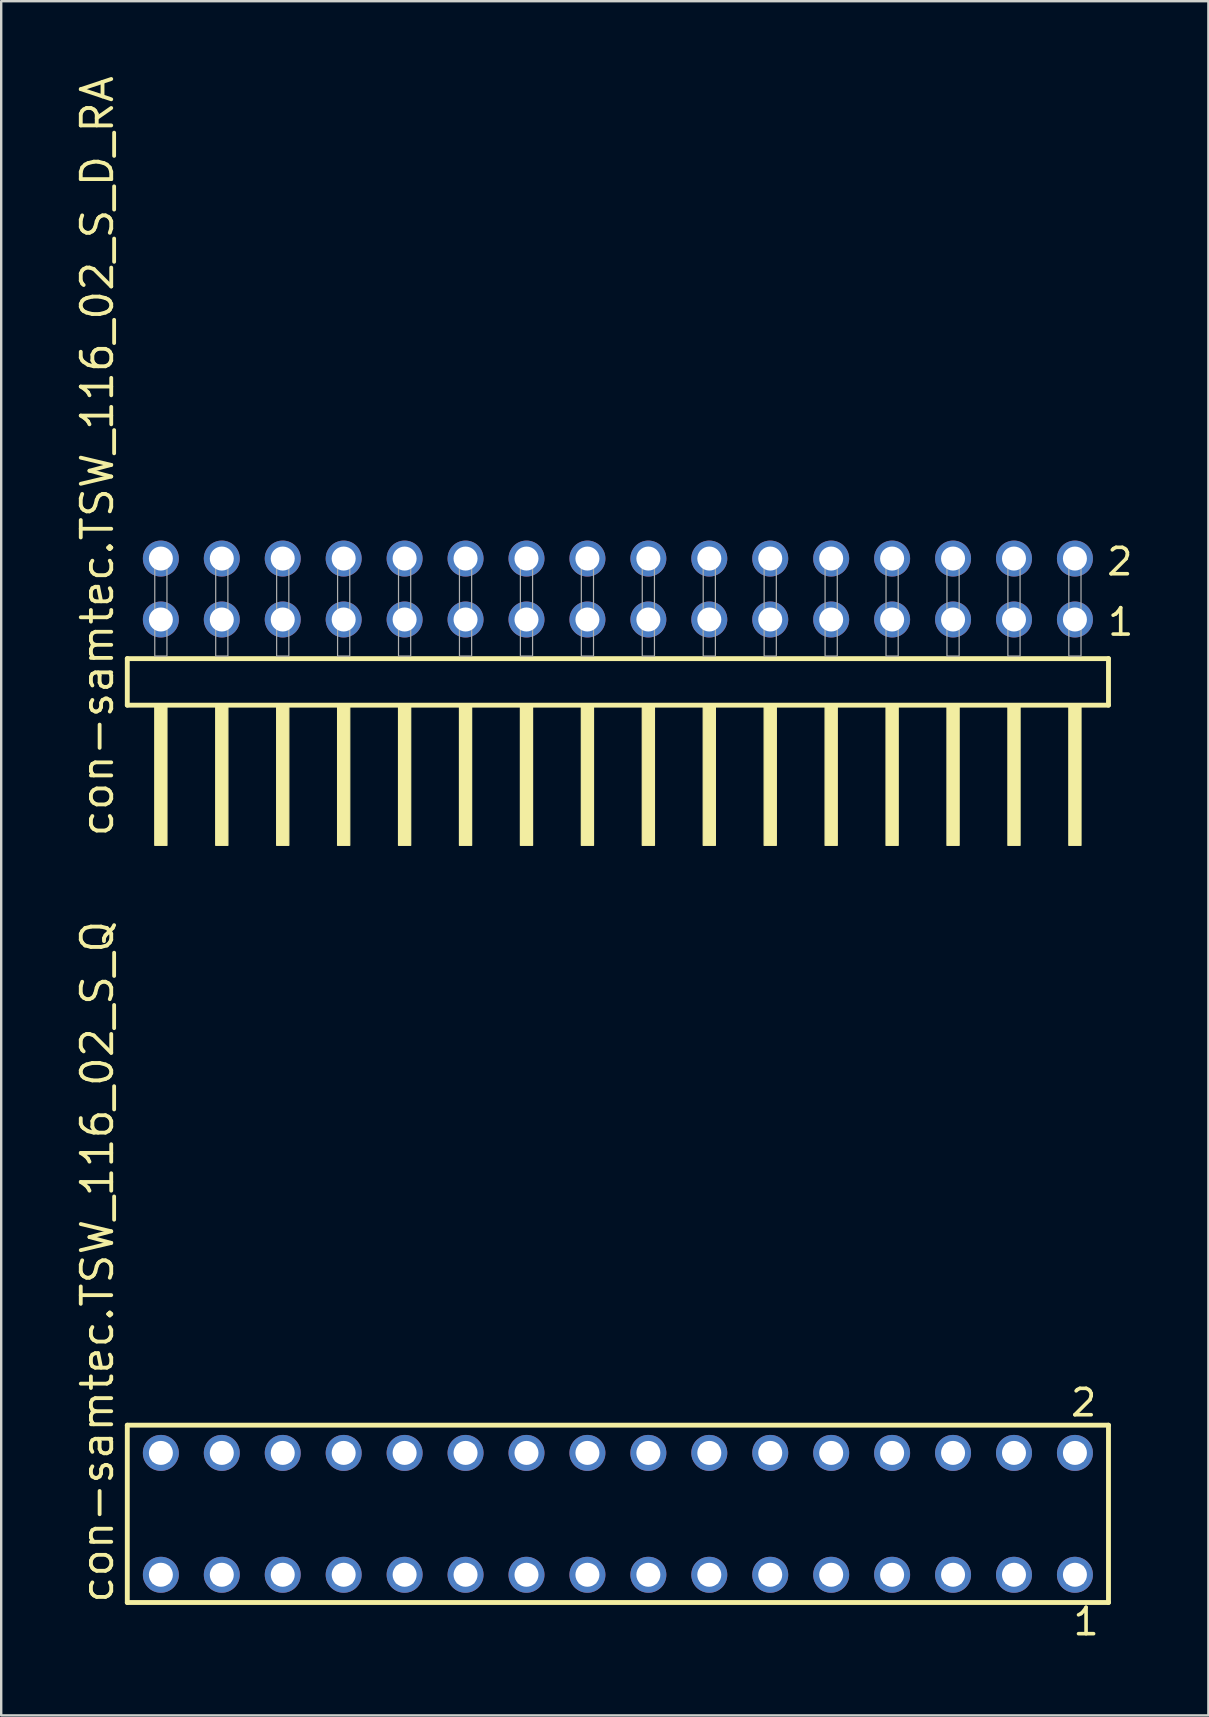
<source format=kicad_pcb>
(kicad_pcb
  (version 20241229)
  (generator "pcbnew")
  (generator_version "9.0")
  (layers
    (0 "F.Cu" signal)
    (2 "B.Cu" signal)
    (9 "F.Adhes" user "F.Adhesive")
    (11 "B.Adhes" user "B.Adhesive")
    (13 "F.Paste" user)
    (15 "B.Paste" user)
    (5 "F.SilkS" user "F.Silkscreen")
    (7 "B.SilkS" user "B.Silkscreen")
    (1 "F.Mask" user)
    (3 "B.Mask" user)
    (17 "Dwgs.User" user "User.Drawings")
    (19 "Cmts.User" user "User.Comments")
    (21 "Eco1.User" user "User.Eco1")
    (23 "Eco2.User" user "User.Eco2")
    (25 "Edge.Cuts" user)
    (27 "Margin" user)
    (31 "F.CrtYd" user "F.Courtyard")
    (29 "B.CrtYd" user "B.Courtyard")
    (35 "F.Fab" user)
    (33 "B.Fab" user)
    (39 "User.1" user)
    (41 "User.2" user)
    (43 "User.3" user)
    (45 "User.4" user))
  (footprint "con-samtec.TSW_116_02_S_D_RA"
    (layer "F.Cu")
    (at 22.705 24.296)
    (property "Reference" "con-samtec.TSW_116_02_S_D_RA" (at -20.955 7.62 90) (layer "F.SilkS") (effects (font (size 1.27 1.27) (thickness 0.16)) (justify left bottom)))
    (attr through_hole)
    (fp_line (start -20.449 0.106) (end -20.449 2.046) (stroke (width 0.203) (type default)) (layer "F.SilkS"))
    (fp_line (start -20.449 2.046) (end 20.449 2.046) (stroke (width 0.203) (type default)) (layer "F.SilkS"))
    (fp_line (start 20.449 0.106) (end -20.449 0.106) (stroke (width 0.203) (type default)) (layer "F.SilkS"))
    (fp_line (start 20.449 2.046) (end 20.449 0.106) (stroke (width 0.203) (type default)) (layer "F.SilkS"))
    (fp_rect (start -19.304 7.89) (end -18.796 2.04) (stroke (width 0.05) (type default)) (fill yes) (layer "F.SilkS"))
    (fp_rect (start -16.764 7.89) (end -16.256 2.04) (stroke (width 0.05) (type default)) (fill yes) (layer "F.SilkS"))
    (fp_rect (start -14.224 7.89) (end -13.716 2.04) (stroke (width 0.05) (type default)) (fill yes) (layer "F.SilkS"))
    (fp_rect (start -11.684 7.89) (end -11.176 2.04) (stroke (width 0.05) (type default)) (fill yes) (layer "F.SilkS"))
    (fp_rect (start -9.144 7.89) (end -8.636 2.04) (stroke (width 0.05) (type default)) (fill yes) (layer "F.SilkS"))
    (fp_rect (start -6.604 7.89) (end -6.096 2.04) (stroke (width 0.05) (type default)) (fill yes) (layer "F.SilkS"))
    (fp_rect (start -4.064 7.89) (end -3.556 2.04) (stroke (width 0.05) (type default)) (fill yes) (layer "F.SilkS"))
    (fp_rect (start -1.524 7.89) (end -1.016 2.04) (stroke (width 0.05) (type default)) (fill yes) (layer "F.SilkS"))
    (fp_rect (start 1.016 7.89) (end 1.524 2.04) (stroke (width 0.05) (type default)) (fill yes) (layer "F.SilkS"))
    (fp_rect (start 3.556 7.89) (end 4.064 2.04) (stroke (width 0.05) (type default)) (fill yes) (layer "F.SilkS"))
    (fp_rect (start 6.096 7.89) (end 6.604 2.04) (stroke (width 0.05) (type default)) (fill yes) (layer "F.SilkS"))
    (fp_rect (start 8.636 7.89) (end 9.144 2.04) (stroke (width 0.05) (type default)) (fill yes) (layer "F.SilkS"))
    (fp_rect (start 11.176 7.89) (end 11.684 2.04) (stroke (width 0.05) (type default)) (fill yes) (layer "F.SilkS"))
    (fp_rect (start 13.716 7.89) (end 14.224 2.04) (stroke (width 0.05) (type default)) (fill yes) (layer "F.SilkS"))
    (fp_rect (start 16.256 7.89) (end 16.764 2.04) (stroke (width 0.05) (type default)) (fill yes) (layer "F.SilkS"))
    (fp_rect (start 18.796 7.89) (end 19.304 2.04) (stroke (width 0.05) (type default)) (fill yes) (layer "F.SilkS"))
    (fp_rect (start -19.304 0) (end -18.796 -4.318) (stroke (width 0.05) (type default)) (fill no) (layer "F.Fab"))
    (fp_rect (start -16.764 0) (end -16.256 -4.318) (stroke (width 0.05) (type default)) (fill no) (layer "F.Fab"))
    (fp_rect (start -14.224 0) (end -13.716 -4.318) (stroke (width 0.05) (type default)) (fill no) (layer "F.Fab"))
    (fp_rect (start -11.684 0) (end -11.176 -4.318) (stroke (width 0.05) (type default)) (fill no) (layer "F.Fab"))
    (fp_rect (start -9.144 0) (end -8.636 -4.318) (stroke (width 0.05) (type default)) (fill no) (layer "F.Fab"))
    (fp_rect (start -6.604 0) (end -6.096 -4.318) (stroke (width 0.05) (type default)) (fill no) (layer "F.Fab"))
    (fp_rect (start -4.064 0) (end -3.556 -4.318) (stroke (width 0.05) (type default)) (fill no) (layer "F.Fab"))
    (fp_rect (start -1.524 0) (end -1.016 -4.318) (stroke (width 0.05) (type default)) (fill no) (layer "F.Fab"))
    (fp_rect (start 1.016 0) (end 1.524 -4.318) (stroke (width 0.05) (type default)) (fill no) (layer "F.Fab"))
    (fp_rect (start 3.556 0) (end 4.064 -4.318) (stroke (width 0.05) (type default)) (fill no) (layer "F.Fab"))
    (fp_rect (start 6.096 0) (end 6.604 -4.318) (stroke (width 0.05) (type default)) (fill no) (layer "F.Fab"))
    (fp_rect (start 8.636 0) (end 9.144 -4.318) (stroke (width 0.05) (type default)) (fill no) (layer "F.Fab"))
    (fp_rect (start 11.176 0) (end 11.684 -4.318) (stroke (width 0.05) (type default)) (fill no) (layer "F.Fab"))
    (fp_rect (start 13.716 0) (end 14.224 -4.318) (stroke (width 0.05) (type default)) (fill no) (layer "F.Fab"))
    (fp_rect (start 16.256 0) (end 16.764 -4.318) (stroke (width 0.05) (type default)) (fill no) (layer "F.Fab"))
    (fp_rect (start 18.796 0) (end 19.304 -4.318) (stroke (width 0.05) (type default)) (fill no) (layer "F.Fab"))
    (fp_text user "2" (at 20.3 -3.29 0) (layer "F.SilkS") (effects (font (size 1.1 1.1) (thickness 0.15)) (justify left bottom)))
    (fp_text user "1" (at 20.335 -0.775 0) (layer "F.SilkS") (effects (font (size 1.1 1.1) (thickness 0.15)) (justify left bottom)))
    (pad "1" thru_hole circle (at 19.05 -1.524 180) (size 1.5 1.5) (drill 1) (layers "*.Cu" "*.Mask"))
    (pad "2" thru_hole circle (at 19.05 -4.064 180) (size 1.5 1.5) (drill 1) (layers "*.Cu" "*.Mask"))
    (pad "3" thru_hole circle (at 16.51 -1.524 180) (size 1.5 1.5) (drill 1) (layers "*.Cu" "*.Mask"))
    (pad "4" thru_hole circle (at 16.51 -4.064 180) (size 1.5 1.5) (drill 1) (layers "*.Cu" "*.Mask"))
    (pad "5" thru_hole circle (at 13.97 -1.524 180) (size 1.5 1.5) (drill 1) (layers "*.Cu" "*.Mask"))
    (pad "6" thru_hole circle (at 13.97 -4.064 180) (size 1.5 1.5) (drill 1) (layers "*.Cu" "*.Mask"))
    (pad "7" thru_hole circle (at 11.43 -1.524 180) (size 1.5 1.5) (drill 1) (layers "*.Cu" "*.Mask"))
    (pad "8" thru_hole circle (at 11.43 -4.064 180) (size 1.5 1.5) (drill 1) (layers "*.Cu" "*.Mask"))
    (pad "9" thru_hole circle (at 8.89 -1.524 180) (size 1.5 1.5) (drill 1) (layers "*.Cu" "*.Mask"))
    (pad "10" thru_hole circle (at 8.89 -4.064 180) (size 1.5 1.5) (drill 1) (layers "*.Cu" "*.Mask"))
    (pad "11" thru_hole circle (at 6.35 -1.524 180) (size 1.5 1.5) (drill 1) (layers "*.Cu" "*.Mask"))
    (pad "12" thru_hole circle (at 6.35 -4.064 180) (size 1.5 1.5) (drill 1) (layers "*.Cu" "*.Mask"))
    (pad "13" thru_hole circle (at 3.81 -1.524 180) (size 1.5 1.5) (drill 1) (layers "*.Cu" "*.Mask"))
    (pad "14" thru_hole circle (at 3.81 -4.064 180) (size 1.5 1.5) (drill 1) (layers "*.Cu" "*.Mask"))
    (pad "15" thru_hole circle (at 1.27 -1.524 180) (size 1.5 1.5) (drill 1) (layers "*.Cu" "*.Mask"))
    (pad "16" thru_hole circle (at 1.27 -4.064 180) (size 1.5 1.5) (drill 1) (layers "*.Cu" "*.Mask"))
    (pad "17" thru_hole circle (at -1.27 -1.524 180) (size 1.5 1.5) (drill 1) (layers "*.Cu" "*.Mask"))
    (pad "18" thru_hole circle (at -1.27 -4.064 180) (size 1.5 1.5) (drill 1) (layers "*.Cu" "*.Mask"))
    (pad "19" thru_hole circle (at -3.81 -1.524 180) (size 1.5 1.5) (drill 1) (layers "*.Cu" "*.Mask"))
    (pad "20" thru_hole circle (at -3.81 -4.064 180) (size 1.5 1.5) (drill 1) (layers "*.Cu" "*.Mask"))
    (pad "21" thru_hole circle (at -6.35 -1.524 180) (size 1.5 1.5) (drill 1) (layers "*.Cu" "*.Mask"))
    (pad "22" thru_hole circle (at -6.35 -4.064 180) (size 1.5 1.5) (drill 1) (layers "*.Cu" "*.Mask"))
    (pad "23" thru_hole circle (at -8.89 -1.524 180) (size 1.5 1.5) (drill 1) (layers "*.Cu" "*.Mask"))
    (pad "24" thru_hole circle (at -8.89 -4.064 180) (size 1.5 1.5) (drill 1) (layers "*.Cu" "*.Mask"))
    (pad "25" thru_hole circle (at -11.43 -1.524 180) (size 1.5 1.5) (drill 1) (layers "*.Cu" "*.Mask"))
    (pad "26" thru_hole circle (at -11.43 -4.064 180) (size 1.5 1.5) (drill 1) (layers "*.Cu" "*.Mask"))
    (pad "27" thru_hole circle (at -13.97 -1.524 180) (size 1.5 1.5) (drill 1) (layers "*.Cu" "*.Mask"))
    (pad "28" thru_hole circle (at -13.97 -4.064 180) (size 1.5 1.5) (drill 1) (layers "*.Cu" "*.Mask"))
    (pad "29" thru_hole circle (at -16.51 -1.524 180) (size 1.5 1.5) (drill 1) (layers "*.Cu" "*.Mask"))
    (pad "30" thru_hole circle (at -16.51 -4.064 180) (size 1.5 1.5) (drill 1) (layers "*.Cu" "*.Mask"))
    (pad "31" thru_hole circle (at -19.05 -1.524 180) (size 1.5 1.5) (drill 1) (layers "*.Cu" "*.Mask"))
    (pad "32" thru_hole circle (at -19.05 -4.064 180) (size 1.5 1.5) (drill 1) (layers "*.Cu" "*.Mask")))
  (footprint "con-samtec.TSW_116_02_S_Q"
    (layer "F.Cu")
    (at 22.705 60.05)
    (property "Reference" "con-samtec.TSW_116_02_S_Q" (at -20.955 3.81 90) (layer "F.SilkS") (effects (font (size 1.27 1.27) (thickness 0.16)) (justify left bottom)))
    (attr through_hole)
    (fp_line (start -20.449 -3.695) (end 20.449 -3.695) (stroke (width 0.203) (type default)) (layer "F.SilkS"))
    (fp_line (start -20.449 3.695) (end -20.449 -3.695) (stroke (width 0.203) (type default)) (layer "F.SilkS"))
    (fp_line (start 20.449 -3.695) (end 20.449 3.695) (stroke (width 0.203) (type default)) (layer "F.SilkS"))
    (fp_line (start 20.449 3.695) (end -20.449 3.695) (stroke (width 0.203) (type default)) (layer "F.SilkS"))
    (fp_rect (start -19.4 -2.19) (end -18.7 -2.89) (stroke (width 0.05) (type default)) (fill no) (layer "F.Fab"))
    (fp_rect (start -19.4 2.89) (end -18.7 2.19) (stroke (width 0.05) (type default)) (fill no) (layer "F.Fab"))
    (fp_rect (start -16.86 -2.19) (end -16.16 -2.89) (stroke (width 0.05) (type default)) (fill no) (layer "F.Fab"))
    (fp_rect (start -16.86 2.89) (end -16.16 2.19) (stroke (width 0.05) (type default)) (fill no) (layer "F.Fab"))
    (fp_rect (start -14.32 -2.19) (end -13.62 -2.89) (stroke (width 0.05) (type default)) (fill no) (layer "F.Fab"))
    (fp_rect (start -14.32 2.89) (end -13.62 2.19) (stroke (width 0.05) (type default)) (fill no) (layer "F.Fab"))
    (fp_rect (start -11.78 -2.19) (end -11.08 -2.89) (stroke (width 0.05) (type default)) (fill no) (layer "F.Fab"))
    (fp_rect (start -11.78 2.89) (end -11.08 2.19) (stroke (width 0.05) (type default)) (fill no) (layer "F.Fab"))
    (fp_rect (start -9.24 -2.19) (end -8.54 -2.89) (stroke (width 0.05) (type default)) (fill no) (layer "F.Fab"))
    (fp_rect (start -9.24 2.89) (end -8.54 2.19) (stroke (width 0.05) (type default)) (fill no) (layer "F.Fab"))
    (fp_rect (start -6.7 -2.19) (end -6 -2.89) (stroke (width 0.05) (type default)) (fill no) (layer "F.Fab"))
    (fp_rect (start -6.7 2.89) (end -6 2.19) (stroke (width 0.05) (type default)) (fill no) (layer "F.Fab"))
    (fp_rect (start -4.16 -2.19) (end -3.46 -2.89) (stroke (width 0.05) (type default)) (fill no) (layer "F.Fab"))
    (fp_rect (start -4.16 2.89) (end -3.46 2.19) (stroke (width 0.05) (type default)) (fill no) (layer "F.Fab"))
    (fp_rect (start -1.62 -2.19) (end -0.92 -2.89) (stroke (width 0.05) (type default)) (fill no) (layer "F.Fab"))
    (fp_rect (start -1.62 2.89) (end -0.92 2.19) (stroke (width 0.05) (type default)) (fill no) (layer "F.Fab"))
    (fp_rect (start 0.92 -2.19) (end 1.62 -2.89) (stroke (width 0.05) (type default)) (fill no) (layer "F.Fab"))
    (fp_rect (start 0.92 2.89) (end 1.62 2.19) (stroke (width 0.05) (type default)) (fill no) (layer "F.Fab"))
    (fp_rect (start 3.46 -2.19) (end 4.16 -2.89) (stroke (width 0.05) (type default)) (fill no) (layer "F.Fab"))
    (fp_rect (start 3.46 2.89) (end 4.16 2.19) (stroke (width 0.05) (type default)) (fill no) (layer "F.Fab"))
    (fp_rect (start 6 -2.19) (end 6.7 -2.89) (stroke (width 0.05) (type default)) (fill no) (layer "F.Fab"))
    (fp_rect (start 6 2.89) (end 6.7 2.19) (stroke (width 0.05) (type default)) (fill no) (layer "F.Fab"))
    (fp_rect (start 8.54 -2.19) (end 9.24 -2.89) (stroke (width 0.05) (type default)) (fill no) (layer "F.Fab"))
    (fp_rect (start 8.54 2.89) (end 9.24 2.19) (stroke (width 0.05) (type default)) (fill no) (layer "F.Fab"))
    (fp_rect (start 11.08 -2.19) (end 11.78 -2.89) (stroke (width 0.05) (type default)) (fill no) (layer "F.Fab"))
    (fp_rect (start 11.08 2.89) (end 11.78 2.19) (stroke (width 0.05) (type default)) (fill no) (layer "F.Fab"))
    (fp_rect (start 13.62 -2.19) (end 14.32 -2.89) (stroke (width 0.05) (type default)) (fill no) (layer "F.Fab"))
    (fp_rect (start 13.62 2.89) (end 14.32 2.19) (stroke (width 0.05) (type default)) (fill no) (layer "F.Fab"))
    (fp_rect (start 16.16 -2.19) (end 16.86 -2.89) (stroke (width 0.05) (type default)) (fill no) (layer "F.Fab"))
    (fp_rect (start 16.16 2.89) (end 16.86 2.19) (stroke (width 0.05) (type default)) (fill no) (layer "F.Fab"))
    (fp_rect (start 18.7 -2.19) (end 19.4 -2.89) (stroke (width 0.05) (type default)) (fill no) (layer "F.Fab"))
    (fp_rect (start 18.7 2.89) (end 19.4 2.19) (stroke (width 0.05) (type default)) (fill no) (layer "F.Fab"))
    (fp_text user "1" (at 18.892 5.138 0) (layer "F.SilkS") (effects (font (size 1.1 1.1) (thickness 0.15)) (justify left bottom)))
    (fp_text user "2" (at 18.792 -3.989 0) (layer "F.SilkS") (effects (font (size 1.1 1.1) (thickness 0.15)) (justify left bottom)))
    (pad "1" thru_hole circle (at 19.05 2.54 180) (size 1.5 1.5) (drill 1) (layers "*.Cu" "*.Mask"))
    (pad "2" thru_hole circle (at 19.05 -2.54 180) (size 1.5 1.5) (drill 1) (layers "*.Cu" "*.Mask"))
    (pad "3" thru_hole circle (at 16.51 2.54 180) (size 1.5 1.5) (drill 1) (layers "*.Cu" "*.Mask"))
    (pad "4" thru_hole circle (at 16.51 -2.54 180) (size 1.5 1.5) (drill 1) (layers "*.Cu" "*.Mask"))
    (pad "5" thru_hole circle (at 13.97 2.54 180) (size 1.5 1.5) (drill 1) (layers "*.Cu" "*.Mask"))
    (pad "6" thru_hole circle (at 13.97 -2.54 180) (size 1.5 1.5) (drill 1) (layers "*.Cu" "*.Mask"))
    (pad "7" thru_hole circle (at 11.43 2.54 180) (size 1.5 1.5) (drill 1) (layers "*.Cu" "*.Mask"))
    (pad "8" thru_hole circle (at 11.43 -2.54 180) (size 1.5 1.5) (drill 1) (layers "*.Cu" "*.Mask"))
    (pad "9" thru_hole circle (at 8.89 2.54 180) (size 1.5 1.5) (drill 1) (layers "*.Cu" "*.Mask"))
    (pad "10" thru_hole circle (at 8.89 -2.54 180) (size 1.5 1.5) (drill 1) (layers "*.Cu" "*.Mask"))
    (pad "11" thru_hole circle (at 6.35 2.54 180) (size 1.5 1.5) (drill 1) (layers "*.Cu" "*.Mask"))
    (pad "12" thru_hole circle (at 6.35 -2.54 180) (size 1.5 1.5) (drill 1) (layers "*.Cu" "*.Mask"))
    (pad "13" thru_hole circle (at 3.81 2.54 180) (size 1.5 1.5) (drill 1) (layers "*.Cu" "*.Mask"))
    (pad "14" thru_hole circle (at 3.81 -2.54 180) (size 1.5 1.5) (drill 1) (layers "*.Cu" "*.Mask"))
    (pad "15" thru_hole circle (at 1.27 2.54 180) (size 1.5 1.5) (drill 1) (layers "*.Cu" "*.Mask"))
    (pad "16" thru_hole circle (at 1.27 -2.54 180) (size 1.5 1.5) (drill 1) (layers "*.Cu" "*.Mask"))
    (pad "17" thru_hole circle (at -1.27 2.54 180) (size 1.5 1.5) (drill 1) (layers "*.Cu" "*.Mask"))
    (pad "18" thru_hole circle (at -1.27 -2.54 180) (size 1.5 1.5) (drill 1) (layers "*.Cu" "*.Mask"))
    (pad "19" thru_hole circle (at -3.81 2.54 180) (size 1.5 1.5) (drill 1) (layers "*.Cu" "*.Mask"))
    (pad "20" thru_hole circle (at -3.81 -2.54 180) (size 1.5 1.5) (drill 1) (layers "*.Cu" "*.Mask"))
    (pad "21" thru_hole circle (at -6.35 2.54 180) (size 1.5 1.5) (drill 1) (layers "*.Cu" "*.Mask"))
    (pad "22" thru_hole circle (at -6.35 -2.54 180) (size 1.5 1.5) (drill 1) (layers "*.Cu" "*.Mask"))
    (pad "23" thru_hole circle (at -8.89 2.54 180) (size 1.5 1.5) (drill 1) (layers "*.Cu" "*.Mask"))
    (pad "24" thru_hole circle (at -8.89 -2.54 180) (size 1.5 1.5) (drill 1) (layers "*.Cu" "*.Mask"))
    (pad "25" thru_hole circle (at -11.43 2.54 180) (size 1.5 1.5) (drill 1) (layers "*.Cu" "*.Mask"))
    (pad "26" thru_hole circle (at -11.43 -2.54 180) (size 1.5 1.5) (drill 1) (layers "*.Cu" "*.Mask"))
    (pad "27" thru_hole circle (at -13.97 2.54 180) (size 1.5 1.5) (drill 1) (layers "*.Cu" "*.Mask"))
    (pad "28" thru_hole circle (at -13.97 -2.54 180) (size 1.5 1.5) (drill 1) (layers "*.Cu" "*.Mask"))
    (pad "29" thru_hole circle (at -16.51 2.54 180) (size 1.5 1.5) (drill 1) (layers "*.Cu" "*.Mask"))
    (pad "30" thru_hole circle (at -16.51 -2.54 180) (size 1.5 1.5) (drill 1) (layers "*.Cu" "*.Mask"))
    (pad "31" thru_hole circle (at -19.05 2.54 180) (size 1.5 1.5) (drill 1) (layers "*.Cu" "*.Mask"))
    (pad "32" thru_hole circle (at -19.05 -2.54 180) (size 1.5 1.5) (drill 1) (layers "*.Cu" "*.Mask")))
  (gr_rect
    (start -3 -3)
    (end 47.318 68.452)
    (stroke (width 0.1) (type default))
    (fill no)
    (layer "Edge.Cuts")))
</source>
